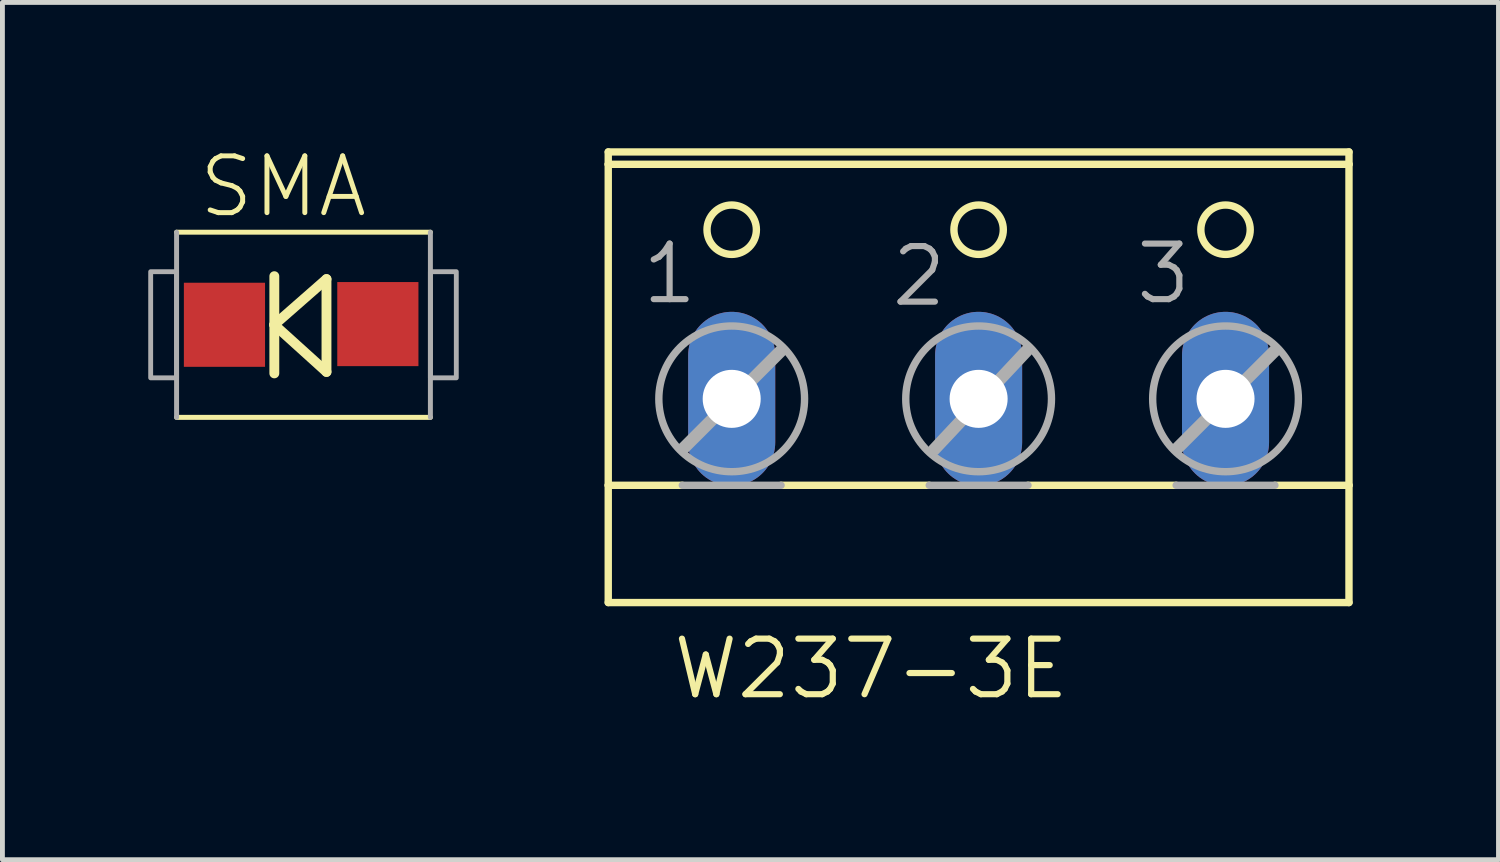
<source format=kicad_pcb>
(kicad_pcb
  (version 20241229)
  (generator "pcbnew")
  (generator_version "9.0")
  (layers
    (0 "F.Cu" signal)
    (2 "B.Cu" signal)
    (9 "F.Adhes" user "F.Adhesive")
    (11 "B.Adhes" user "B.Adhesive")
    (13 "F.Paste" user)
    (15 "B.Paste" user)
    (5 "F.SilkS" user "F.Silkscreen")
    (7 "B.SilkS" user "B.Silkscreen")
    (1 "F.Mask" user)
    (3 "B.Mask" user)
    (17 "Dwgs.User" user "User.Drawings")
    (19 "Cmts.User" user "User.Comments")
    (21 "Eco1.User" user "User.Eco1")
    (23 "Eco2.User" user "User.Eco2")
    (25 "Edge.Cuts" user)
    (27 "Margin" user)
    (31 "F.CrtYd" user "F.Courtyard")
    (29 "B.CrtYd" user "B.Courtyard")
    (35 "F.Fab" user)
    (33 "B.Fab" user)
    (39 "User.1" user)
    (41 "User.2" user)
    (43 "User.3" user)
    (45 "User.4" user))
  (footprint "SMA"
    (layer "F.Cu")
    (at 3.144 3.632)
    (property "Reference" "SMA" (at -2.159 -2.159 0) (layer "F.SilkS") (effects (font (size 1.168 1.168) (thickness 0.102)) (justify left bottom)))
    (fp_line (start -2.561 -1.905) (end 2.661 -1.905) (stroke (width 0.102) (type solid)) (layer "F.SilkS"))
    (fp_line (start -2.561 1.905) (end 2.661 1.905) (stroke (width 0.102) (type solid)) (layer "F.SilkS"))
    (fp_line (start -0.55 -1) (end -0.55 0) (stroke (width 0.203) (type solid)) (layer "F.SilkS"))
    (fp_line (start -0.55 0) (end -0.55 1) (stroke (width 0.203) (type solid)) (layer "F.SilkS"))
    (fp_line (start -0.55 0) (end 0.523 0.97) (stroke (width 0.203) (type solid)) (layer "F.SilkS"))
    (fp_line (start 0.523 -0.94) (end -0.55 0) (stroke (width 0.203) (type solid)) (layer "F.SilkS"))
    (fp_line (start 0.523 0.97) (end 0.523 -0.94) (stroke (width 0.203) (type solid)) (layer "F.SilkS"))
    (fp_line (start -2.561 1.905) (end -2.561 -1.905) (stroke (width 0.102) (type solid)) (layer "F.Fab"))
    (fp_line (start 2.661 1.905) (end 2.661 -1.905) (stroke (width 0.102) (type solid)) (layer "F.Fab"))
    (fp_poly (pts (xy -3.094 1.092) (xy -2.561 1.092) (xy -2.561 -1.092) (xy -3.094 -1.092)) (stroke (width 0.1) (type default)) (fill no) (layer "F.Fab"))
    (fp_poly (pts (xy 2.661 1.092) (xy 3.194 1.092) (xy 3.194 -1.092) (xy 2.661 -1.092)) (stroke (width 0.1) (type default)) (fill no) (layer "F.Fab"))
    (pad "1" smd rect (at -1.576 0 90) (size 1.73 1.67) (layers "F.Cu" "F.Mask" "F.Paste"))
    (pad "2" smd rect (at 1.58 -0.014 90) (size 1.73 1.67) (layers "F.Cu" "F.Mask" "F.Paste")))
  (footprint "W237-3E"
    (layer "F.Cu")
    (at 17.084 4.521)
    (property "Reference" "W237-3E" (at -6.35 6.858 0) (layer "F.SilkS") (effects (font (size 1.143 1.143) (thickness 0.127)) (justify left bottom)))
    (fp_line (start -7.62 -4.191) (end -7.62 -4.445) (stroke (width 0.152) (type solid)) (layer "F.SilkS"))
    (fp_line (start -7.62 -4.191) (end 7.62 -4.191) (stroke (width 0.152) (type solid)) (layer "F.SilkS"))
    (fp_line (start -7.62 2.413) (end -7.62 -4.191) (stroke (width 0.152) (type solid)) (layer "F.SilkS"))
    (fp_line (start -7.62 2.413) (end -6.096 2.413) (stroke (width 0.152) (type solid)) (layer "F.SilkS"))
    (fp_line (start -7.62 4.826) (end -7.62 2.413) (stroke (width 0.152) (type solid)) (layer "F.SilkS"))
    (fp_line (start -7.62 4.826) (end 7.62 4.826) (stroke (width 0.152) (type solid)) (layer "F.SilkS"))
    (fp_line (start -4.064 2.413) (end -1.016 2.413) (stroke (width 0.152) (type solid)) (layer "F.SilkS"))
    (fp_line (start 1.016 2.413) (end 4.064 2.413) (stroke (width 0.152) (type solid)) (layer "F.SilkS"))
    (fp_line (start 6.096 2.413) (end 7.62 2.413) (stroke (width 0.152) (type solid)) (layer "F.SilkS"))
    (fp_line (start 7.62 -4.445) (end -7.62 -4.445) (stroke (width 0.152) (type solid)) (layer "F.SilkS"))
    (fp_line (start 7.62 -4.445) (end 7.62 -4.191) (stroke (width 0.152) (type solid)) (layer "F.SilkS"))
    (fp_line (start 7.62 -4.191) (end 7.62 2.413) (stroke (width 0.152) (type solid)) (layer "F.SilkS"))
    (fp_line (start 7.62 2.413) (end 7.62 4.826) (stroke (width 0.152) (type solid)) (layer "F.SilkS"))
    (fp_circle (center -5.08 -2.845) (end -4.572 -2.845) (stroke (width 0.152) (type solid)) (fill no) (layer "F.SilkS"))
    (fp_circle (center 0 -2.845) (end 0.508 -2.845) (stroke (width 0.152) (type solid)) (fill no) (layer "F.SilkS"))
    (fp_circle (center 5.08 -2.845) (end 5.588 -2.845) (stroke (width 0.152) (type solid)) (fill no) (layer "F.SilkS"))
    (fp_line (start -6.096 2.413) (end -4.064 2.413) (stroke (width 0.152) (type solid)) (layer "F.Fab"))
    (fp_line (start -6.071 1.651) (end -4.064 -0.356) (stroke (width 0.254) (type solid)) (layer "F.Fab"))
    (fp_line (start -1.016 2.413) (end 1.016 2.413) (stroke (width 0.152) (type solid)) (layer "F.Fab"))
    (fp_line (start -0.914 1.676) (end 0.991 -0.356) (stroke (width 0.254) (type solid)) (layer "F.Fab"))
    (fp_line (start 4.064 2.413) (end 6.096 2.413) (stroke (width 0.152) (type solid)) (layer "F.Fab"))
    (fp_line (start 4.089 1.651) (end 6.096 -0.356) (stroke (width 0.254) (type solid)) (layer "F.Fab"))
    (fp_circle (center -5.08 0.635) (end -3.581 0.635) (stroke (width 0.152) (type solid)) (fill no) (layer "F.Fab"))
    (fp_circle (center 0 0.635) (end 1.499 0.635) (stroke (width 0.152) (type solid)) (fill no) (layer "F.Fab"))
    (fp_circle (center 5.08 0.635) (end 6.579 0.635) (stroke (width 0.152) (type solid)) (fill no) (layer "F.Fab"))
    (fp_text user "3" (at 3.175 -1.27 0) (layer "F.Fab") (effects (font (size 1.143 1.143) (thickness 0.127)) (justify left bottom)))
    (fp_text user "1" (at -6.985 -1.27 0) (layer "F.Fab") (effects (font (size 1.143 1.143) (thickness 0.127)) (justify left bottom)))
    (fp_text user "2" (at -1.854 -1.219 0) (layer "F.Fab") (effects (font (size 1.143 1.143) (thickness 0.127)) (justify left bottom)))
    (pad "1" thru_hole oval (at -5.08 0.635 90) (size 3.581 1.791) (drill 1.194) (layers "*.Cu" "*.Mask"))
    (pad "2" thru_hole oval (at 0 0.635 90) (size 3.581 1.791) (drill 1.194) (layers "*.Cu" "*.Mask"))
    (pad "3" thru_hole oval (at 5.08 0.635 90) (size 3.581 1.791) (drill 1.194) (layers "*.Cu" "*.Mask")))
  (gr_rect
    (start -3 -3)
    (end 27.78 14.638)
    (stroke (width 0.1) (type default))
    (fill no)
    (layer "Edge.Cuts")))
</source>
